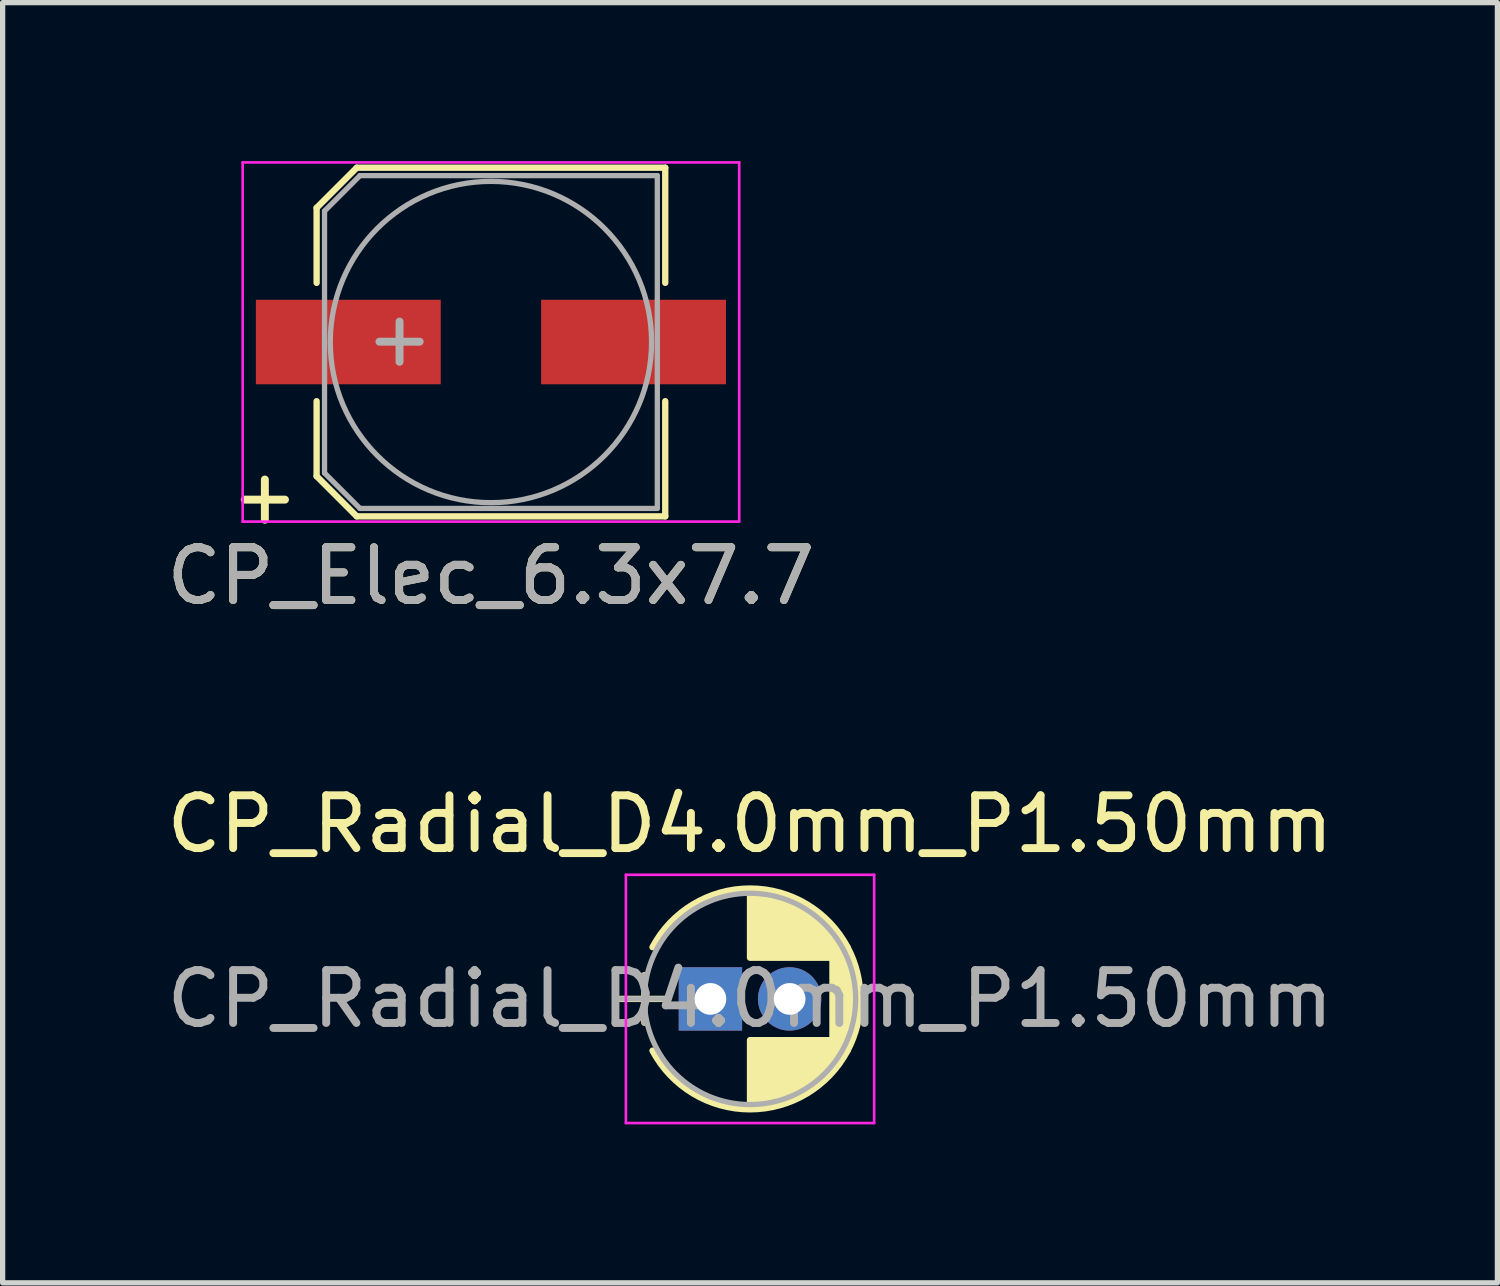
<source format=kicad_pcb>
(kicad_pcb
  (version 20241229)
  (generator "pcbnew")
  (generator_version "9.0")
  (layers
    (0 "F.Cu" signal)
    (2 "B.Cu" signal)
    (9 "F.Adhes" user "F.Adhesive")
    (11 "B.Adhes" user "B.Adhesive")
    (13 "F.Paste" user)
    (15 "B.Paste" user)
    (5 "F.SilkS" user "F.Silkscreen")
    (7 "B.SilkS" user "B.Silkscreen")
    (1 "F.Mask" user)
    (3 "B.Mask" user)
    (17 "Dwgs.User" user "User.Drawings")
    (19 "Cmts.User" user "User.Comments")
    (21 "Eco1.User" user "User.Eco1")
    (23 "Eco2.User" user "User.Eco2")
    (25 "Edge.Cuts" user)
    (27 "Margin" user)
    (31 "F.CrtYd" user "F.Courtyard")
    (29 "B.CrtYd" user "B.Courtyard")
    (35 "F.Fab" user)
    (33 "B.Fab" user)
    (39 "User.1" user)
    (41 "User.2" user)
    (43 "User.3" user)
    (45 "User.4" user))
  (footprint "CP_Radial_D4.0mm_P1.50mm"
    (layer "F.Cu")
    (at 10.399 15.861)
    (property "Reference" "CP_Radial_D4.0mm_P1.50mm" (at 0.75 -3.31 0) (layer "F.SilkS") (effects (font (size 1 1) (thickness 0.15))))
    (attr through_hole)
    (fp_line (start -1.7 0) (end -0.8 0) (stroke (width 0.12) (type solid)) (layer "F.SilkS"))
    (fp_line (start -1.25 -0.45) (end -1.25 0.45) (stroke (width 0.12) (type solid)) (layer "F.SilkS"))
    (fp_line (start 0.75 -2.05) (end 0.75 -0.78) (stroke (width 0.12) (type solid)) (layer "F.SilkS"))
    (fp_line (start 0.75 0.78) (end 0.75 2.05) (stroke (width 0.12) (type solid)) (layer "F.SilkS"))
    (fp_line (start 0.79 -2.05) (end 0.79 -0.78) (stroke (width 0.12) (type solid)) (layer "F.SilkS"))
    (fp_line (start 0.79 0.78) (end 0.79 2.05) (stroke (width 0.12) (type solid)) (layer "F.SilkS"))
    (fp_line (start 0.83 -2.049) (end 0.83 -0.78) (stroke (width 0.12) (type solid)) (layer "F.SilkS"))
    (fp_line (start 0.83 0.78) (end 0.83 2.049) (stroke (width 0.12) (type solid)) (layer "F.SilkS"))
    (fp_line (start 0.87 -2.047) (end 0.87 -0.78) (stroke (width 0.12) (type solid)) (layer "F.SilkS"))
    (fp_line (start 0.87 0.78) (end 0.87 2.047) (stroke (width 0.12) (type solid)) (layer "F.SilkS"))
    (fp_line (start 0.91 -2.044) (end 0.91 -0.78) (stroke (width 0.12) (type solid)) (layer "F.SilkS"))
    (fp_line (start 0.91 0.78) (end 0.91 2.044) (stroke (width 0.12) (type solid)) (layer "F.SilkS"))
    (fp_line (start 0.95 -2.041) (end 0.95 -0.78) (stroke (width 0.12) (type solid)) (layer "F.SilkS"))
    (fp_line (start 0.95 0.78) (end 0.95 2.041) (stroke (width 0.12) (type solid)) (layer "F.SilkS"))
    (fp_line (start 0.99 -2.037) (end 0.99 -0.78) (stroke (width 0.12) (type solid)) (layer "F.SilkS"))
    (fp_line (start 0.99 0.78) (end 0.99 2.037) (stroke (width 0.12) (type solid)) (layer "F.SilkS"))
    (fp_line (start 1.03 -2.032) (end 1.03 -0.78) (stroke (width 0.12) (type solid)) (layer "F.SilkS"))
    (fp_line (start 1.03 0.78) (end 1.03 2.032) (stroke (width 0.12) (type solid)) (layer "F.SilkS"))
    (fp_line (start 1.07 -2.026) (end 1.07 -0.78) (stroke (width 0.12) (type solid)) (layer "F.SilkS"))
    (fp_line (start 1.07 0.78) (end 1.07 2.026) (stroke (width 0.12) (type solid)) (layer "F.SilkS"))
    (fp_line (start 1.11 -2.019) (end 1.11 -0.78) (stroke (width 0.12) (type solid)) (layer "F.SilkS"))
    (fp_line (start 1.11 0.78) (end 1.11 2.019) (stroke (width 0.12) (type solid)) (layer "F.SilkS"))
    (fp_line (start 1.15 -2.012) (end 1.15 -0.78) (stroke (width 0.12) (type solid)) (layer "F.SilkS"))
    (fp_line (start 1.15 0.78) (end 1.15 2.012) (stroke (width 0.12) (type solid)) (layer "F.SilkS"))
    (fp_line (start 1.19 -2.004) (end 1.19 -0.78) (stroke (width 0.12) (type solid)) (layer "F.SilkS"))
    (fp_line (start 1.19 0.78) (end 1.19 2.004) (stroke (width 0.12) (type solid)) (layer "F.SilkS"))
    (fp_line (start 1.23 -1.995) (end 1.23 -0.78) (stroke (width 0.12) (type solid)) (layer "F.SilkS"))
    (fp_line (start 1.23 0.78) (end 1.23 1.995) (stroke (width 0.12) (type solid)) (layer "F.SilkS"))
    (fp_line (start 1.27 -1.985) (end 1.27 -0.78) (stroke (width 0.12) (type solid)) (layer "F.SilkS"))
    (fp_line (start 1.27 0.78) (end 1.27 1.985) (stroke (width 0.12) (type solid)) (layer "F.SilkS"))
    (fp_line (start 1.31 -1.974) (end 1.31 -0.78) (stroke (width 0.12) (type solid)) (layer "F.SilkS"))
    (fp_line (start 1.31 0.78) (end 1.31 1.974) (stroke (width 0.12) (type solid)) (layer "F.SilkS"))
    (fp_line (start 1.35 -1.963) (end 1.35 -0.78) (stroke (width 0.12) (type solid)) (layer "F.SilkS"))
    (fp_line (start 1.35 0.78) (end 1.35 1.963) (stroke (width 0.12) (type solid)) (layer "F.SilkS"))
    (fp_line (start 1.39 -1.95) (end 1.39 -0.78) (stroke (width 0.12) (type solid)) (layer "F.SilkS"))
    (fp_line (start 1.39 0.78) (end 1.39 1.95) (stroke (width 0.12) (type solid)) (layer "F.SilkS"))
    (fp_line (start 1.43 -1.937) (end 1.43 -0.78) (stroke (width 0.12) (type solid)) (layer "F.SilkS"))
    (fp_line (start 1.43 0.78) (end 1.43 1.937) (stroke (width 0.12) (type solid)) (layer "F.SilkS"))
    (fp_line (start 1.471 -1.923) (end 1.471 -0.78) (stroke (width 0.12) (type solid)) (layer "F.SilkS"))
    (fp_line (start 1.471 0.78) (end 1.471 1.923) (stroke (width 0.12) (type solid)) (layer "F.SilkS"))
    (fp_line (start 1.511 -1.907) (end 1.511 -0.78) (stroke (width 0.12) (type solid)) (layer "F.SilkS"))
    (fp_line (start 1.511 0.78) (end 1.511 1.907) (stroke (width 0.12) (type solid)) (layer "F.SilkS"))
    (fp_line (start 1.551 -1.891) (end 1.551 -0.78) (stroke (width 0.12) (type solid)) (layer "F.SilkS"))
    (fp_line (start 1.551 0.78) (end 1.551 1.891) (stroke (width 0.12) (type solid)) (layer "F.SilkS"))
    (fp_line (start 1.591 -1.874) (end 1.591 -0.78) (stroke (width 0.12) (type solid)) (layer "F.SilkS"))
    (fp_line (start 1.591 0.78) (end 1.591 1.874) (stroke (width 0.12) (type solid)) (layer "F.SilkS"))
    (fp_line (start 1.631 -1.856) (end 1.631 -0.78) (stroke (width 0.12) (type solid)) (layer "F.SilkS"))
    (fp_line (start 1.631 0.78) (end 1.631 1.856) (stroke (width 0.12) (type solid)) (layer "F.SilkS"))
    (fp_line (start 1.671 -1.837) (end 1.671 -0.78) (stroke (width 0.12) (type solid)) (layer "F.SilkS"))
    (fp_line (start 1.671 0.78) (end 1.671 1.837) (stroke (width 0.12) (type solid)) (layer "F.SilkS"))
    (fp_line (start 1.711 -1.817) (end 1.711 -0.78) (stroke (width 0.12) (type solid)) (layer "F.SilkS"))
    (fp_line (start 1.711 0.78) (end 1.711 1.817) (stroke (width 0.12) (type solid)) (layer "F.SilkS"))
    (fp_line (start 1.751 -1.796) (end 1.751 -0.78) (stroke (width 0.12) (type solid)) (layer "F.SilkS"))
    (fp_line (start 1.751 0.78) (end 1.751 1.796) (stroke (width 0.12) (type solid)) (layer "F.SilkS"))
    (fp_line (start 1.791 -1.773) (end 1.791 -0.78) (stroke (width 0.12) (type solid)) (layer "F.SilkS"))
    (fp_line (start 1.791 0.78) (end 1.791 1.773) (stroke (width 0.12) (type solid)) (layer "F.SilkS"))
    (fp_line (start 1.831 -1.75) (end 1.831 -0.78) (stroke (width 0.12) (type solid)) (layer "F.SilkS"))
    (fp_line (start 1.831 0.78) (end 1.831 1.75) (stroke (width 0.12) (type solid)) (layer "F.SilkS"))
    (fp_line (start 1.871 -1.725) (end 1.871 -0.78) (stroke (width 0.12) (type solid)) (layer "F.SilkS"))
    (fp_line (start 1.871 0.78) (end 1.871 1.725) (stroke (width 0.12) (type solid)) (layer "F.SilkS"))
    (fp_line (start 1.911 -1.699) (end 1.911 -0.78) (stroke (width 0.12) (type solid)) (layer "F.SilkS"))
    (fp_line (start 1.911 0.78) (end 1.911 1.699) (stroke (width 0.12) (type solid)) (layer "F.SilkS"))
    (fp_line (start 1.951 -1.672) (end 1.951 -0.78) (stroke (width 0.12) (type solid)) (layer "F.SilkS"))
    (fp_line (start 1.951 0.78) (end 1.951 1.672) (stroke (width 0.12) (type solid)) (layer "F.SilkS"))
    (fp_line (start 1.991 -1.643) (end 1.991 -0.78) (stroke (width 0.12) (type solid)) (layer "F.SilkS"))
    (fp_line (start 1.991 0.78) (end 1.991 1.643) (stroke (width 0.12) (type solid)) (layer "F.SilkS"))
    (fp_line (start 2.031 -1.613) (end 2.031 -0.78) (stroke (width 0.12) (type solid)) (layer "F.SilkS"))
    (fp_line (start 2.031 0.78) (end 2.031 1.613) (stroke (width 0.12) (type solid)) (layer "F.SilkS"))
    (fp_line (start 2.071 -1.581) (end 2.071 -0.78) (stroke (width 0.12) (type solid)) (layer "F.SilkS"))
    (fp_line (start 2.071 0.78) (end 2.071 1.581) (stroke (width 0.12) (type solid)) (layer "F.SilkS"))
    (fp_line (start 2.111 -1.547) (end 2.111 -0.78) (stroke (width 0.12) (type solid)) (layer "F.SilkS"))
    (fp_line (start 2.111 0.78) (end 2.111 1.547) (stroke (width 0.12) (type solid)) (layer "F.SilkS"))
    (fp_line (start 2.151 -1.512) (end 2.151 -0.78) (stroke (width 0.12) (type solid)) (layer "F.SilkS"))
    (fp_line (start 2.151 0.78) (end 2.151 1.512) (stroke (width 0.12) (type solid)) (layer "F.SilkS"))
    (fp_line (start 2.191 -1.475) (end 2.191 -0.78) (stroke (width 0.12) (type solid)) (layer "F.SilkS"))
    (fp_line (start 2.191 0.78) (end 2.191 1.475) (stroke (width 0.12) (type solid)) (layer "F.SilkS"))
    (fp_line (start 2.231 -1.436) (end 2.231 -0.78) (stroke (width 0.12) (type solid)) (layer "F.SilkS"))
    (fp_line (start 2.231 0.78) (end 2.231 1.436) (stroke (width 0.12) (type solid)) (layer "F.SilkS"))
    (fp_line (start 2.271 -1.395) (end 2.271 -0.78) (stroke (width 0.12) (type solid)) (layer "F.SilkS"))
    (fp_line (start 2.271 0.78) (end 2.271 1.395) (stroke (width 0.12) (type solid)) (layer "F.SilkS"))
    (fp_line (start 2.311 -1.351) (end 2.311 1.351) (stroke (width 0.12) (type solid)) (layer "F.SilkS"))
    (fp_line (start 2.351 -1.305) (end 2.351 1.305) (stroke (width 0.12) (type solid)) (layer "F.SilkS"))
    (fp_line (start 2.391 -1.256) (end 2.391 1.256) (stroke (width 0.12) (type solid)) (layer "F.SilkS"))
    (fp_line (start 2.431 -1.204) (end 2.431 1.204) (stroke (width 0.12) (type solid)) (layer "F.SilkS"))
    (fp_line (start 2.471 -1.148) (end 2.471 1.148) (stroke (width 0.12) (type solid)) (layer "F.SilkS"))
    (fp_line (start 2.511 -1.088) (end 2.511 1.088) (stroke (width 0.12) (type solid)) (layer "F.SilkS"))
    (fp_line (start 2.551 -1.023) (end 2.551 1.023) (stroke (width 0.12) (type solid)) (layer "F.SilkS"))
    (fp_line (start 2.591 -0.952) (end 2.591 0.952) (stroke (width 0.12) (type solid)) (layer "F.SilkS"))
    (fp_line (start 2.631 -0.874) (end 2.631 0.874) (stroke (width 0.12) (type solid)) (layer "F.SilkS"))
    (fp_line (start 2.671 -0.786) (end 2.671 0.786) (stroke (width 0.12) (type solid)) (layer "F.SilkS"))
    (fp_line (start 2.711 -0.686) (end 2.711 0.686) (stroke (width 0.12) (type solid)) (layer "F.SilkS"))
    (fp_line (start 2.751 -0.567) (end 2.751 0.567) (stroke (width 0.12) (type solid)) (layer "F.SilkS"))
    (fp_line (start 2.791 -0.415) (end 2.791 0.415) (stroke (width 0.12) (type solid)) (layer "F.SilkS"))
    (fp_line (start 2.831 -0.165) (end 2.831 0.165) (stroke (width 0.12) (type solid)) (layer "F.SilkS"))
    (fp_arc (start -1.095996 -0.98) (mid 0.75047 -2.09) (end 2.596436 -0.97917) (stroke (width 0.12) (type solid)) (layer "F.SilkS"))
    (fp_arc (start 2.595996 -0.98) (mid 2.84 -0.00047) (end 2.596436 0.97917) (stroke (width 0.12) (type solid)) (layer "F.SilkS"))
    (fp_arc (start 2.596436 0.97917) (mid 0.75047 2.09) (end -1.095996 0.98) (stroke (width 0.12) (type solid)) (layer "F.SilkS"))
    (fp_line (start -1.6 -2.35) (end -1.6 2.35) (stroke (width 0.05) (type solid)) (layer "F.CrtYd"))
    (fp_line (start -1.6 2.35) (end 3.1 2.35) (stroke (width 0.05) (type solid)) (layer "F.CrtYd"))
    (fp_line (start 3.1 -2.35) (end -1.6 -2.35) (stroke (width 0.05) (type solid)) (layer "F.CrtYd"))
    (fp_line (start 3.1 2.35) (end 3.1 -2.35) (stroke (width 0.05) (type solid)) (layer "F.CrtYd"))
    (fp_line (start -1.7 0) (end -0.8 0) (stroke (width 0.1) (type solid)) (layer "F.Fab"))
    (fp_line (start -1.25 -0.45) (end -1.25 0.45) (stroke (width 0.1) (type solid)) (layer "F.Fab"))
    (fp_circle (center 0.75 0) (end 2.75 0) (stroke (width 0.1) (type solid)) (fill no) (layer "F.Fab"))
    (fp_text user "${REFERENCE}" (at 0.75 0 0) (layer "F.Fab") (effects (font (size 1 1) (thickness 0.15))))
    (pad "1" thru_hole rect (at 0 0) (size 1.2 1.2) (drill 0.6) (layers "*.Cu" "*.Mask"))
    (pad "2" thru_hole circle (at 1.5 0) (size 1.2 1.2) (drill 0.6) (layers "*.Cu" "*.Mask")))
  (footprint "CP_Elec_6.3x7.7"
    (layer "F.Cu")
    (at 6.244 3.425)
    (property "Reference" "CP_Elec_6.3x7.7" (at 0 4.43 0) (layer "F.SilkS") (effects (font (size 1 1) (thickness 0.15))))
    (attr smd)
    (fp_line (start -3.3 -2.54) (end -3.3 -1.12) (stroke (width 0.12) (type solid)) (layer "F.SilkS"))
    (fp_line (start -3.3 -2.54) (end -2.54 -3.3) (stroke (width 0.12) (type solid)) (layer "F.SilkS"))
    (fp_line (start -3.3 2.54) (end -3.3 1.12) (stroke (width 0.12) (type solid)) (layer "F.SilkS"))
    (fp_line (start -2.54 -3.3) (end 3.3 -3.3) (stroke (width 0.12) (type solid)) (layer "F.SilkS"))
    (fp_line (start -2.54 3.3) (end -3.3 2.54) (stroke (width 0.12) (type solid)) (layer "F.SilkS"))
    (fp_line (start 3.3 -3.3) (end 3.3 -1.12) (stroke (width 0.12) (type solid)) (layer "F.SilkS"))
    (fp_line (start 3.3 3.3) (end -2.54 3.3) (stroke (width 0.12) (type solid)) (layer "F.SilkS"))
    (fp_line (start 3.3 3.3) (end 3.3 1.12) (stroke (width 0.12) (type solid)) (layer "F.SilkS"))
    (fp_line (start -4.7 -3.4) (end -4.7 3.4) (stroke (width 0.05) (type solid)) (layer "F.CrtYd"))
    (fp_line (start -4.7 -3.4) (end 4.7 -3.4) (stroke (width 0.05) (type solid)) (layer "F.CrtYd"))
    (fp_line (start 4.7 3.4) (end -4.7 3.4) (stroke (width 0.05) (type solid)) (layer "F.CrtYd"))
    (fp_line (start 4.7 3.4) (end 4.7 -3.4) (stroke (width 0.05) (type solid)) (layer "F.CrtYd"))
    (fp_line (start -3.15 -2.48) (end -3.15 2.48) (stroke (width 0.1) (type solid)) (layer "F.Fab"))
    (fp_line (start -3.15 2.48) (end -2.48 3.15) (stroke (width 0.1) (type solid)) (layer "F.Fab"))
    (fp_line (start -2.48 -3.15) (end -3.15 -2.48) (stroke (width 0.1) (type solid)) (layer "F.Fab"))
    (fp_line (start -2.48 3.15) (end 3.15 3.15) (stroke (width 0.1) (type solid)) (layer "F.Fab"))
    (fp_line (start 3.15 -3.15) (end -2.48 -3.15) (stroke (width 0.1) (type solid)) (layer "F.Fab"))
    (fp_line (start 3.15 3.15) (end 3.15 -3.15) (stroke (width 0.1) (type solid)) (layer "F.Fab"))
    (fp_circle (center 0 0) (end 0.5 3) (stroke (width 0.1) (type solid)) (fill no) (layer "F.Fab"))
    (fp_text user "+" (at -4.28 2.91 0) (layer "F.SilkS") (effects (font (size 1 1) (thickness 0.15))))
    (fp_text user "+" (at -1.73 -0.08 0) (layer "F.Fab") (effects (font (size 1 1) (thickness 0.15))))
    (fp_text user "${REFERENCE}" (at 0 4.43 0) (layer "F.Fab") (effects (font (size 1 1) (thickness 0.15))))
    (pad "1" smd rect (at -2.7 0 180) (size 3.5 1.6) (layers "F.Cu" "F.Mask" "F.Paste"))
    (pad "2" smd rect (at 2.7 0 180) (size 3.5 1.6) (layers "F.Cu" "F.Mask" "F.Paste")))
  (gr_rect
    (start -3 -3)
    (end 25.298 21.236)
    (stroke (width 0.1) (type default))
    (fill no)
    (layer "Edge.Cuts")))
</source>
